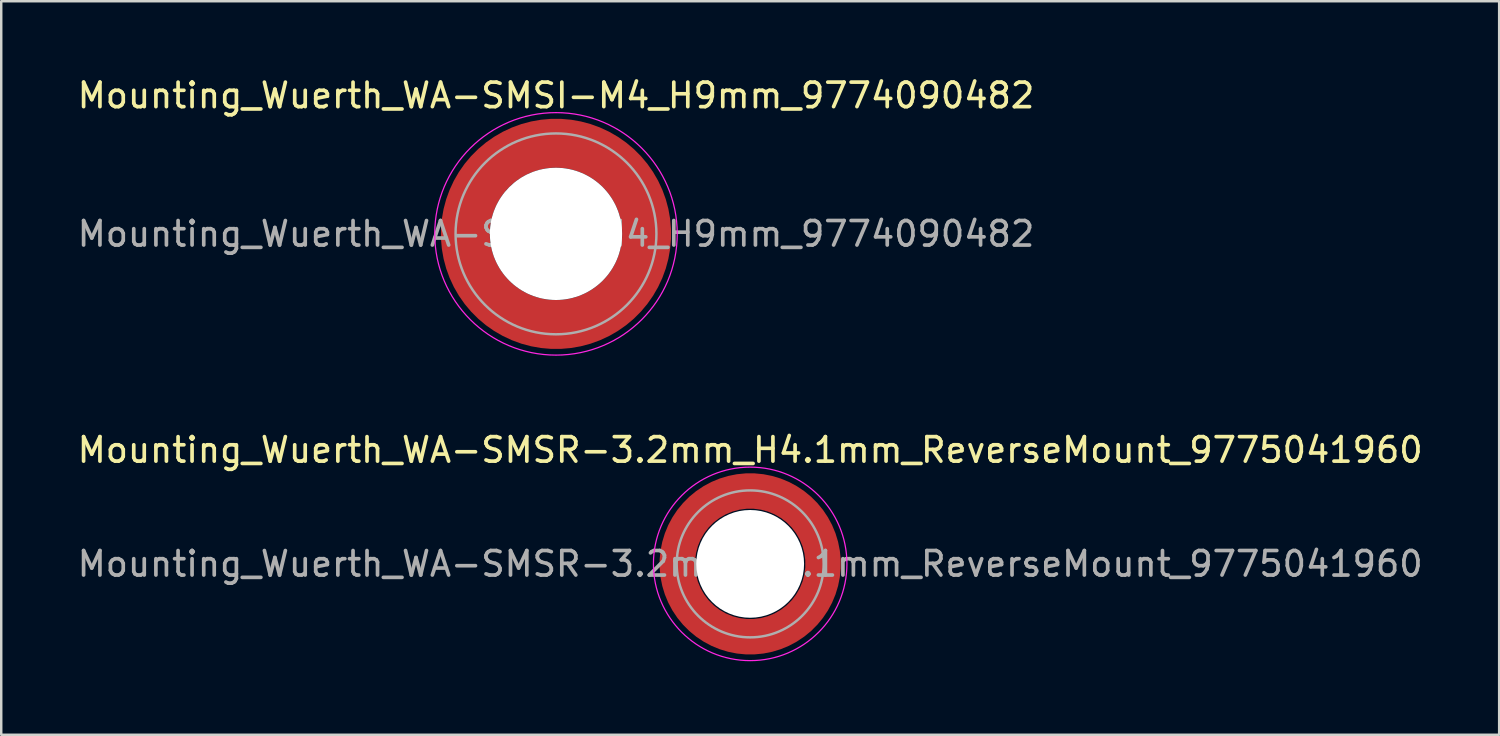
<source format=kicad_pcb>
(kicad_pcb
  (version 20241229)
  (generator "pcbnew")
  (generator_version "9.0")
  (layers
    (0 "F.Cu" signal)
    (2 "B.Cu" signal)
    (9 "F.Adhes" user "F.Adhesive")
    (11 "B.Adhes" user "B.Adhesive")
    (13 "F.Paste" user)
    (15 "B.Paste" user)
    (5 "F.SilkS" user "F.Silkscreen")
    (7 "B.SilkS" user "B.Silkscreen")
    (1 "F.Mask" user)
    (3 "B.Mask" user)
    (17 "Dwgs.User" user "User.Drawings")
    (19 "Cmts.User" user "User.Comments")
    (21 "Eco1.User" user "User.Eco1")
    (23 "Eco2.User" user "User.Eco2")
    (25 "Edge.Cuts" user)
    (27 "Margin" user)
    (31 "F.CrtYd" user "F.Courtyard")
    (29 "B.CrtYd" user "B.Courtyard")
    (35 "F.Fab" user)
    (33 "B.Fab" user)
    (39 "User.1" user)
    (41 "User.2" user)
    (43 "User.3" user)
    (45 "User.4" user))
  (footprint "Mounting_Wuerth_WA-SMSR-3.2mm_H4.1mm_ReverseMount_9775041960"
    (layer "F.Cu")
    (at 27.577 19.971)
    (property "Reference" "Mounting_Wuerth_WA-SMSR-3.2mm_H4.1mm_ReverseMount_9775041960" (at 0 -4.65 0) (layer "F.SilkS") (effects (font (size 1 1) (thickness 0.15))))
    (attr smd allow_soldermask_bridges)
    (fp_circle (center 0 0) (end 3.95 0) (stroke (width 0.05) (type solid)) (fill no) (layer "F.CrtYd"))
    (fp_circle (center 0 0) (end 3 0) (stroke (width 0.1) (type solid)) (fill no) (layer "F.Fab"))
    (fp_text user "${REFERENCE}" (at 0 0 0) (layer "F.Fab") (effects (font (size 1 1) (thickness 0.15))))
    (pad "" smd custom (at -2.095 -2.095) (size 0.672 0.672) (layers "F.Paste") (options (anchor circle)) (primitives (gr_arc (start -0.24231 1.594804) (mid 0.404819 0.404819) (end 1.594804 -0.24231) (width 0.2)) (gr_arc (start -0.3398 1.594804) (mid 0.337349 0.337349) (end 1.594804 -0.3398) (width 0.2)) (gr_arc (start -0.437132 1.594804) (mid 0.269879 0.269879) (end 1.594804 -0.437132) (width 0.2)) (gr_arc (start -0.534324 1.594804) (mid 0.202409 0.202409) (end 1.594804 -0.534324) (width 0.2)) (gr_arc (start -0.631391 1.594804) (mid 0.13494 0.13494) (end 1.594804 -0.631391) (width 0.2)) (gr_arc (start -0.728345 1.594804) (mid 0.06747 0.06747) (end 1.594804 -0.728345) (width 0.2)) (gr_arc (start -0.825197 1.594804) (mid 0 0) (end 1.594804 -0.825197) (width 0.2)) (gr_arc (start -0.921958 1.594804) (mid -0.06747 -0.06747) (end 1.594804 -0.921958) (width 0.2)) (gr_arc (start -1.018637 1.594804) (mid -0.13494 -0.13494) (end 1.594804 -1.018637) (width 0.2)) (gr_arc (start -1.115239 1.594804) (mid -0.202409 -0.202409) (end 1.594804 -1.115239) (width 0.2)) (gr_arc (start -1.211773 1.594804) (mid -0.269879 -0.269879) (end 1.594804 -1.211773) (width 0.2)) (gr_arc (start -1.308244 1.594804) (mid -0.337349 -0.337349) (end 1.594804 -1.308244) (width 0.2)) (gr_arc (start -1.404657 1.594804) (mid -0.404819 -0.404819) (end 1.594804 -1.404657) (width 0.2)) (gr_arc (start -1.404657 1.594804) (mid -0.404819 -0.404819) (end 1.594804 -1.404657) (width 0.2)) (gr_line (start 1.595 -0.242) (end 1.595 -1.405) (width 0.2)) (gr_line (start -0.242 1.595) (end -1.405 1.595) (width 0.2))))
    (pad "" smd custom (at -2.095 2.095) (size 0.672 0.672) (layers "F.Paste") (options (anchor circle)) (primitives (gr_arc (start 1.594804 0.24231) (mid 0.404819 -0.404819) (end -0.24231 -1.594804) (width 0.2)) (gr_arc (start 1.594804 0.3398) (mid 0.337349 -0.337349) (end -0.3398 -1.594804) (width 0.2)) (gr_arc (start 1.594804 0.437132) (mid 0.269879 -0.269879) (end -0.437132 -1.594804) (width 0.2)) (gr_arc (start 1.594804 0.534324) (mid 0.202409 -0.202409) (end -0.534324 -1.594804) (width 0.2)) (gr_arc (start 1.594804 0.631391) (mid 0.13494 -0.13494) (end -0.631391 -1.594804) (width 0.2)) (gr_arc (start 1.594804 0.728345) (mid 0.06747 -0.06747) (end -0.728345 -1.594804) (width 0.2)) (gr_arc (start 1.594804 0.825197) (mid 0 0) (end -0.825197 -1.594804) (width 0.2)) (gr_arc (start 1.594804 0.921958) (mid -0.06747 0.06747) (end -0.921958 -1.594804) (width 0.2)) (gr_arc (start 1.594804 1.018637) (mid -0.13494 0.13494) (end -1.018637 -1.594804) (width 0.2)) (gr_arc (start 1.594804 1.115239) (mid -0.202409 0.202409) (end -1.115239 -1.594804) (width 0.2)) (gr_arc (start 1.594804 1.211773) (mid -0.269879 0.269879) (end -1.211773 -1.594804) (width 0.2)) (gr_arc (start 1.594804 1.308244) (mid -0.337349 0.337349) (end -1.308244 -1.594804) (width 0.2)) (gr_arc (start 1.594804 1.404657) (mid -0.404819 0.404819) (end -1.404657 -1.594804) (width 0.2)) (gr_arc (start 1.594804 1.404657) (mid -0.404819 0.404819) (end -1.404657 -1.594804) (width 0.2)) (gr_line (start -0.242 -1.595) (end -1.405 -1.595) (width 0.2)) (gr_line (start 1.595 0.242) (end 1.595 1.405) (width 0.2))))
    (pad "" np_thru_hole circle (at 0 0) (size 4.4 4.4) (drill 4.4) (layers "*.Cu" "*.Mask"))
    (pad "" smd custom (at 2.095 -2.095) (size 0.672 0.672) (layers "F.Paste") (options (anchor circle)) (primitives (gr_arc (start -1.594804 -0.24231) (mid -0.404819 0.404819) (end 0.24231 1.594804) (width 0.2)) (gr_arc (start -1.594804 -0.3398) (mid -0.337349 0.337349) (end 0.3398 1.594804) (width 0.2)) (gr_arc (start -1.594804 -0.437132) (mid -0.269879 0.269879) (end 0.437132 1.594804) (width 0.2)) (gr_arc (start -1.594804 -0.534324) (mid -0.202409 0.202409) (end 0.534324 1.594804) (width 0.2)) (gr_arc (start -1.594804 -0.631391) (mid -0.13494 0.13494) (end 0.631391 1.594804) (width 0.2)) (gr_arc (start -1.594804 -0.728345) (mid -0.06747 0.06747) (end 0.728345 1.594804) (width 0.2)) (gr_arc (start -1.594804 -0.825197) (mid 0 0) (end 0.825197 1.594804) (width 0.2)) (gr_arc (start -1.594804 -0.921958) (mid 0.06747 -0.06747) (end 0.921958 1.594804) (width 0.2)) (gr_arc (start -1.594804 -1.018637) (mid 0.13494 -0.13494) (end 1.018637 1.594804) (width 0.2)) (gr_arc (start -1.594804 -1.115239) (mid 0.202409 -0.202409) (end 1.115239 1.594804) (width 0.2)) (gr_arc (start -1.594804 -1.211773) (mid 0.269879 -0.269879) (end 1.211773 1.594804) (width 0.2)) (gr_arc (start -1.594804 -1.308244) (mid 0.337349 -0.337349) (end 1.308244 1.594804) (width 0.2)) (gr_arc (start -1.594804 -1.404657) (mid 0.404819 -0.404819) (end 1.404657 1.594804) (width 0.2)) (gr_arc (start -1.594804 -1.404657) (mid 0.404819 -0.404819) (end 1.404657 1.594804) (width 0.2)) (gr_line (start 0.242 1.595) (end 1.405 1.595) (width 0.2)) (gr_line (start -1.595 -0.242) (end -1.595 -1.405) (width 0.2))))
    (pad "" smd custom (at 2.095 2.095) (size 0.672 0.672) (layers "F.Paste") (options (anchor circle)) (primitives (gr_arc (start 0.24231 -1.594804) (mid -0.404819 -0.404819) (end -1.594804 0.24231) (width 0.2)) (gr_arc (start 0.3398 -1.594804) (mid -0.337349 -0.337349) (end -1.594804 0.3398) (width 0.2)) (gr_arc (start 0.437132 -1.594804) (mid -0.269879 -0.269879) (end -1.594804 0.437132) (width 0.2)) (gr_arc (start 0.534324 -1.594804) (mid -0.202409 -0.202409) (end -1.594804 0.534324) (width 0.2)) (gr_arc (start 0.631391 -1.594804) (mid -0.13494 -0.13494) (end -1.594804 0.631391) (width 0.2)) (gr_arc (start 0.728345 -1.594804) (mid -0.06747 -0.06747) (end -1.594804 0.728345) (width 0.2)) (gr_arc (start 0.825197 -1.594804) (mid 0 0) (end -1.594804 0.825197) (width 0.2)) (gr_arc (start 0.921958 -1.594804) (mid 0.06747 0.06747) (end -1.594804 0.921958) (width 0.2)) (gr_arc (start 1.018637 -1.594804) (mid 0.13494 0.13494) (end -1.594804 1.018637) (width 0.2)) (gr_arc (start 1.115239 -1.594804) (mid 0.202409 0.202409) (end -1.594804 1.115239) (width 0.2)) (gr_arc (start 1.211773 -1.594804) (mid 0.269879 0.269879) (end -1.594804 1.211773) (width 0.2)) (gr_arc (start 1.308244 -1.594804) (mid 0.337349 0.337349) (end -1.594804 1.308244) (width 0.2)) (gr_arc (start 1.404657 -1.594804) (mid 0.404819 0.404819) (end -1.594804 1.404657) (width 0.2)) (gr_arc (start 1.404657 -1.594804) (mid 0.404819 0.404819) (end -1.594804 1.404657) (width 0.2)) (gr_line (start -1.595 0.242) (end -1.595 1.405) (width 0.2)) (gr_line (start 0.242 -1.595) (end 1.405 -1.595) (width 0.2))))
    (pad "1" smd circle (at -2.975 0) (size 0.942 0.942) (layers "F.Cu"))
    (pad "1" smd circle (at 0 -2.975) (size 0.942 0.942) (layers "F.Cu"))
    (pad "1" smd circle (at 0 2.975) (size 0.942 0.942) (layers "F.Cu"))
    (pad "1" smd custom (at 2.975 0) (size 1.45 1.45) (layers "F.Cu" "F.Mask") (options (anchor circle)) (primitives (gr_circle (center -2.975 0) (end 0 0) (width 1.45) (fill no)))))
  (footprint "Mounting_Wuerth_WA-SMSI-M4_H9mm_9774090482"
    (layer "F.Cu")
    (at 19.649 6.498)
    (property "Reference" "Mounting_Wuerth_WA-SMSI-M4_H9mm_9774090482" (at 0 -5.65 0) (layer "F.SilkS") (effects (font (size 1 1) (thickness 0.15))))
    (attr smd allow_soldermask_bridges)
    (fp_circle (center 0 0) (end 4.95 0) (stroke (width 0.05) (type solid)) (fill no) (layer "F.CrtYd"))
    (fp_circle (center 0 0) (end 4.1 0) (stroke (width 0.1) (type solid)) (fill no) (layer "F.Fab"))
    (fp_text user "${REFERENCE}" (at 0 0 0) (layer "F.Fab") (effects (font (size 1 1) (thickness 0.15))))
    (pad "" smd custom (at -2.607 -2.607) (size 0.948 0.948) (layers "F.Paste") (options (anchor circle)) (primitives (gr_arc (start -0.188183 2.107456) (mid 0.599273 0.599273) (end 2.107456 -0.188183) (width 0.2)) (gr_arc (start -0.289416 2.107456) (mid 0.52877 0.52877) (end 2.107456 -0.289416) (width 0.2)) (gr_arc (start -0.390547 2.107456) (mid 0.458268 0.458268) (end 2.107456 -0.390547) (width 0.2)) (gr_arc (start -0.491585 2.107456) (mid 0.387765 0.387765) (end 2.107456 -0.491585) (width 0.2)) (gr_arc (start -0.59254 2.107456) (mid 0.317262 0.317262) (end 2.107456 -0.59254) (width 0.2)) (gr_arc (start -0.693419 2.107456) (mid 0.246759 0.246759) (end 2.107456 -0.693419) (width 0.2)) (gr_arc (start -0.794229 2.107456) (mid 0.176257 0.176257) (end 2.107456 -0.794229) (width 0.2)) (gr_arc (start -0.894975 2.107456) (mid 0.105754 0.105754) (end 2.107456 -0.894975) (width 0.2)) (gr_arc (start -0.995664 2.107456) (mid 0.035251 0.035251) (end 2.107456 -0.995664) (width 0.2)) (gr_arc (start -1.0963 2.107456) (mid -0.035251 -0.035251) (end 2.107456 -1.0963) (width 0.2)) (gr_arc (start -1.196886 2.107456) (mid -0.105754 -0.105754) (end 2.107456 -1.196886) (width 0.2)) (gr_arc (start -1.297427 2.107456) (mid -0.176257 -0.176257) (end 2.107456 -1.297427) (width 0.2)) (gr_arc (start -1.397927 2.107456) (mid -0.246759 -0.246759) (end 2.107456 -1.397927) (width 0.2)) (gr_arc (start -1.498388 2.107456) (mid -0.317262 -0.317262) (end 2.107456 -1.498388) (width 0.2)) (gr_arc (start -1.598813 2.107456) (mid -0.387765 -0.387765) (end 2.107456 -1.598813) (width 0.2)) (gr_arc (start -1.699204 2.107456) (mid -0.458268 -0.458268) (end 2.107456 -1.699204) (width 0.2)) (gr_arc (start -1.799565 2.107456) (mid -0.52877 -0.52877) (end 2.107456 -1.799565) (width 0.2)) (gr_arc (start -1.899896 2.107456) (mid -0.599273 -0.599273) (end 2.107456 -1.899896) (width 0.2)) (gr_arc (start -1.899896 2.107456) (mid -0.599273 -0.599273) (end 2.107456 -1.899896) (width 0.2)) (gr_line (start 2.107 -0.188) (end 2.107 -1.9) (width 0.2)) (gr_line (start -0.188 2.107) (end -1.9 2.107) (width 0.2))))
    (pad "" smd custom (at -2.607 2.607) (size 0.948 0.948) (layers "F.Paste") (options (anchor circle)) (primitives (gr_arc (start 2.107456 0.188183) (mid 0.599273 -0.599273) (end -0.188183 -2.107456) (width 0.2)) (gr_arc (start 2.107456 0.289416) (mid 0.52877 -0.52877) (end -0.289416 -2.107456) (width 0.2)) (gr_arc (start 2.107456 0.390547) (mid 0.458268 -0.458268) (end -0.390547 -2.107456) (width 0.2)) (gr_arc (start 2.107456 0.491585) (mid 0.387765 -0.387765) (end -0.491585 -2.107456) (width 0.2)) (gr_arc (start 2.107456 0.59254) (mid 0.317262 -0.317262) (end -0.59254 -2.107456) (width 0.2)) (gr_arc (start 2.107456 0.693419) (mid 0.246759 -0.246759) (end -0.693419 -2.107456) (width 0.2)) (gr_arc (start 2.107456 0.794229) (mid 0.176257 -0.176257) (end -0.794229 -2.107456) (width 0.2)) (gr_arc (start 2.107456 0.894975) (mid 0.105754 -0.105754) (end -0.894975 -2.107456) (width 0.2)) (gr_arc (start 2.107456 0.995664) (mid 0.035251 -0.035251) (end -0.995664 -2.107456) (width 0.2)) (gr_arc (start 2.107456 1.0963) (mid -0.035251 0.035251) (end -1.0963 -2.107456) (width 0.2)) (gr_arc (start 2.107456 1.196886) (mid -0.105754 0.105754) (end -1.196886 -2.107456) (width 0.2)) (gr_arc (start 2.107456 1.297427) (mid -0.176257 0.176257) (end -1.297427 -2.107456) (width 0.2)) (gr_arc (start 2.107456 1.397927) (mid -0.246759 0.246759) (end -1.397927 -2.107456) (width 0.2)) (gr_arc (start 2.107456 1.498388) (mid -0.317262 0.317262) (end -1.498388 -2.107456) (width 0.2)) (gr_arc (start 2.107456 1.598813) (mid -0.387765 0.387765) (end -1.598813 -2.107456) (width 0.2)) (gr_arc (start 2.107456 1.699204) (mid -0.458268 0.458268) (end -1.699204 -2.107456) (width 0.2)) (gr_arc (start 2.107456 1.799565) (mid -0.52877 0.52877) (end -1.799565 -2.107456) (width 0.2)) (gr_arc (start 2.107456 1.899896) (mid -0.599273 0.599273) (end -1.899896 -2.107456) (width 0.2)) (gr_arc (start 2.107456 1.899896) (mid -0.599273 0.599273) (end -1.899896 -2.107456) (width 0.2)) (gr_line (start -0.188 -2.107) (end -1.9 -2.107) (width 0.2)) (gr_line (start 2.107 0.188) (end 2.107 1.9) (width 0.2))))
    (pad "" np_thru_hole circle (at 0 0) (size 5.4 5.4) (drill 5.4) (layers "*.Cu" "*.Mask"))
    (pad "" smd custom (at 2.607 -2.607) (size 0.948 0.948) (layers "F.Paste") (options (anchor circle)) (primitives (gr_arc (start -2.107456 -0.188183) (mid -0.599273 0.599273) (end 0.188183 2.107456) (width 0.2)) (gr_arc (start -2.107456 -0.289416) (mid -0.52877 0.52877) (end 0.289416 2.107456) (width 0.2)) (gr_arc (start -2.107456 -0.390547) (mid -0.458268 0.458268) (end 0.390547 2.107456) (width 0.2)) (gr_arc (start -2.107456 -0.491585) (mid -0.387765 0.387765) (end 0.491585 2.107456) (width 0.2)) (gr_arc (start -2.107456 -0.59254) (mid -0.317262 0.317262) (end 0.59254 2.107456) (width 0.2)) (gr_arc (start -2.107456 -0.693419) (mid -0.246759 0.246759) (end 0.693419 2.107456) (width 0.2)) (gr_arc (start -2.107456 -0.794229) (mid -0.176257 0.176257) (end 0.794229 2.107456) (width 0.2)) (gr_arc (start -2.107456 -0.894975) (mid -0.105754 0.105754) (end 0.894975 2.107456) (width 0.2)) (gr_arc (start -2.107456 -0.995664) (mid -0.035251 0.035251) (end 0.995664 2.107456) (width 0.2)) (gr_arc (start -2.107456 -1.0963) (mid 0.035251 -0.035251) (end 1.0963 2.107456) (width 0.2)) (gr_arc (start -2.107456 -1.196886) (mid 0.105754 -0.105754) (end 1.196886 2.107456) (width 0.2)) (gr_arc (start -2.107456 -1.297427) (mid 0.176257 -0.176257) (end 1.297427 2.107456) (width 0.2)) (gr_arc (start -2.107456 -1.397927) (mid 0.246759 -0.246759) (end 1.397927 2.107456) (width 0.2)) (gr_arc (start -2.107456 -1.498388) (mid 0.317262 -0.317262) (end 1.498388 2.107456) (width 0.2)) (gr_arc (start -2.107456 -1.598813) (mid 0.387765 -0.387765) (end 1.598813 2.107456) (width 0.2)) (gr_arc (start -2.107456 -1.699204) (mid 0.458268 -0.458268) (end 1.699204 2.107456) (width 0.2)) (gr_arc (start -2.107456 -1.799565) (mid 0.52877 -0.52877) (end 1.799565 2.107456) (width 0.2)) (gr_arc (start -2.107456 -1.899896) (mid 0.599273 -0.599273) (end 1.899896 2.107456) (width 0.2)) (gr_arc (start -2.107456 -1.899896) (mid 0.599273 -0.599273) (end 1.899896 2.107456) (width 0.2)) (gr_line (start 0.188 2.107) (end 1.9 2.107) (width 0.2)) (gr_line (start -2.107 -0.188) (end -2.107 -1.9) (width 0.2))))
    (pad "" smd custom (at 2.607 2.607) (size 0.948 0.948) (layers "F.Paste") (options (anchor circle)) (primitives (gr_arc (start 0.188183 -2.107456) (mid -0.599273 -0.599273) (end -2.107456 0.188183) (width 0.2)) (gr_arc (start 0.289416 -2.107456) (mid -0.52877 -0.52877) (end -2.107456 0.289416) (width 0.2)) (gr_arc (start 0.390547 -2.107456) (mid -0.458268 -0.458268) (end -2.107456 0.390547) (width 0.2)) (gr_arc (start 0.491585 -2.107456) (mid -0.387765 -0.387765) (end -2.107456 0.491585) (width 0.2)) (gr_arc (start 0.59254 -2.107456) (mid -0.317262 -0.317262) (end -2.107456 0.59254) (width 0.2)) (gr_arc (start 0.693419 -2.107456) (mid -0.246759 -0.246759) (end -2.107456 0.693419) (width 0.2)) (gr_arc (start 0.794229 -2.107456) (mid -0.176257 -0.176257) (end -2.107456 0.794229) (width 0.2)) (gr_arc (start 0.894975 -2.107456) (mid -0.105754 -0.105754) (end -2.107456 0.894975) (width 0.2)) (gr_arc (start 0.995664 -2.107456) (mid -0.035251 -0.035251) (end -2.107456 0.995664) (width 0.2)) (gr_arc (start 1.0963 -2.107456) (mid 0.035251 0.035251) (end -2.107456 1.0963) (width 0.2)) (gr_arc (start 1.196886 -2.107456) (mid 0.105754 0.105754) (end -2.107456 1.196886) (width 0.2)) (gr_arc (start 1.297427 -2.107456) (mid 0.176257 0.176257) (end -2.107456 1.297427) (width 0.2)) (gr_arc (start 1.397927 -2.107456) (mid 0.246759 0.246759) (end -2.107456 1.397927) (width 0.2)) (gr_arc (start 1.498388 -2.107456) (mid 0.317262 0.317262) (end -2.107456 1.498388) (width 0.2)) (gr_arc (start 1.598813 -2.107456) (mid 0.387765 0.387765) (end -2.107456 1.598813) (width 0.2)) (gr_arc (start 1.699204 -2.107456) (mid 0.458268 0.458268) (end -2.107456 1.699204) (width 0.2)) (gr_arc (start 1.799565 -2.107456) (mid 0.52877 0.52877) (end -2.107456 1.799565) (width 0.2)) (gr_arc (start 1.899896 -2.107456) (mid 0.599273 0.599273) (end -2.107456 1.899896) (width 0.2)) (gr_arc (start 1.899896 -2.107456) (mid 0.599273 0.599273) (end -2.107456 1.899896) (width 0.2)) (gr_line (start -2.107 0.188) (end -2.107 1.9) (width 0.2)) (gr_line (start 0.188 -2.107) (end 1.9 -2.107) (width 0.2))))
    (pad "1" smd circle (at -3.7 0) (size 1.492 1.492) (layers "F.Cu"))
    (pad "1" smd circle (at 0 -3.7) (size 1.492 1.492) (layers "F.Cu"))
    (pad "1" smd circle (at 0 3.7) (size 1.492 1.492) (layers "F.Cu"))
    (pad "1" smd custom (at 3.7 0) (size 2 2) (layers "F.Cu" "F.Mask") (options (anchor circle)) (primitives (gr_circle (center -3.7 0) (end 0 0) (width 2) (fill no)))))
  (gr_rect
    (start -3 -3)
    (end 58.155 26.947)
    (stroke (width 0.1) (type default))
    (fill no)
    (layer "Edge.Cuts")))
</source>
